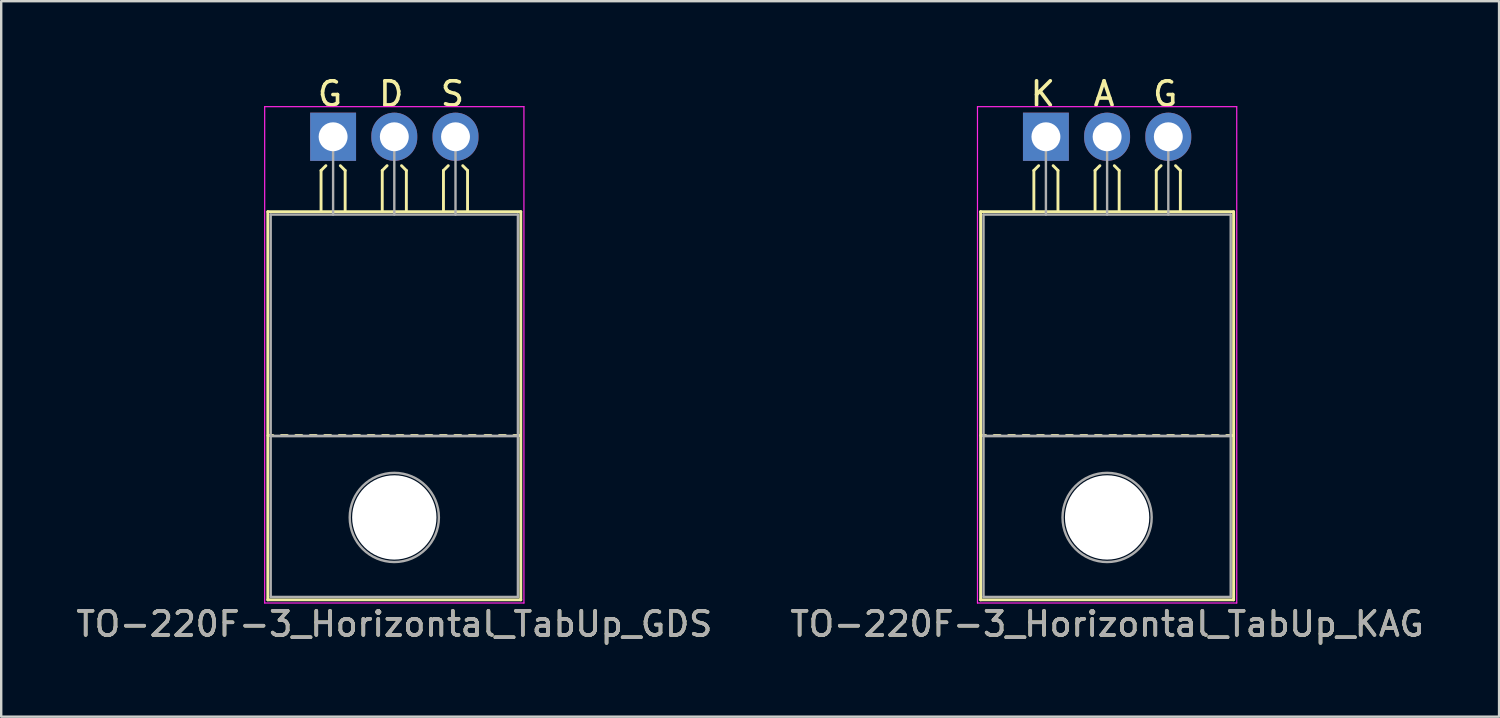
<source format=kicad_pcb>
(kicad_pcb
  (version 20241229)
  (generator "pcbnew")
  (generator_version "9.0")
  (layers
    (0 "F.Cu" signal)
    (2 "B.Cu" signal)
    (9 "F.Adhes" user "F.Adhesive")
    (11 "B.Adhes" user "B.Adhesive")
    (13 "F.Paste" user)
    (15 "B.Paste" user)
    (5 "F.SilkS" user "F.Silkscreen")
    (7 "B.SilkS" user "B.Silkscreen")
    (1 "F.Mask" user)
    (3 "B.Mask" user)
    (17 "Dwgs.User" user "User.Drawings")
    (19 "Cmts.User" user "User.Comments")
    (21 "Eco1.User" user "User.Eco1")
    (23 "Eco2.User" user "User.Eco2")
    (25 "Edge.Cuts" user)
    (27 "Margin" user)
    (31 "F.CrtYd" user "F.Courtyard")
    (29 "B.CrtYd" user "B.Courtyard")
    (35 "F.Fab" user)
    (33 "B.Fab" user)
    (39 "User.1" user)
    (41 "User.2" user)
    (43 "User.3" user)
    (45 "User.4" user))
  (footprint "TO-220F-3_Horizontal_TabUp_KAG"
    (layer "F.Cu")
    (at 40.359 2.626)
    (property "Reference" "TO-220F-3_Horizontal_TabUp_KAG" (at 2.54 20.22 0) (layer "F.SilkS") (effects (font (size 1 1) (thickness 0.15))))
    (attr through_hole)
    (fp_line (start -2.71 19.22) (end -2.71 3.11) (stroke (width 0.12) (type solid)) (layer "F.SilkS"))
    (fp_line (start -2.5 12.4) (end -2.7 12.4) (stroke (width 0.12) (type solid)) (layer "F.SilkS"))
    (fp_line (start -1.9 12.4) (end -2.15 12.4) (stroke (width 0.12) (type solid)) (layer "F.SilkS"))
    (fp_line (start -1.3 12.4) (end -1.55 12.4) (stroke (width 0.12) (type solid)) (layer "F.SilkS"))
    (fp_line (start -0.7 12.4) (end -0.95 12.4) (stroke (width 0.12) (type solid)) (layer "F.SilkS"))
    (fp_line (start -0.5 1.4) (end -0.3 1.2) (stroke (width 0.12) (type solid)) (layer "F.SilkS"))
    (fp_line (start -0.5 3.048) (end -0.5 1.4) (stroke (width 0.12) (type solid)) (layer "F.SilkS"))
    (fp_line (start -0.1 12.4) (end -0.35 12.4) (stroke (width 0.12) (type solid)) (layer "F.SilkS"))
    (fp_line (start 0.5 1.4) (end 0.3 1.2) (stroke (width 0.12) (type solid)) (layer "F.SilkS"))
    (fp_line (start 0.5 3.048) (end 0.5 1.4) (stroke (width 0.12) (type solid)) (layer "F.SilkS"))
    (fp_line (start 0.5 12.4) (end 0.25 12.4) (stroke (width 0.12) (type solid)) (layer "F.SilkS"))
    (fp_line (start 1.1 12.4) (end 0.85 12.4) (stroke (width 0.12) (type solid)) (layer "F.SilkS"))
    (fp_line (start 1.7 12.4) (end 1.45 12.4) (stroke (width 0.12) (type solid)) (layer "F.SilkS"))
    (fp_line (start 2.04 1.4) (end 2.24 1.2) (stroke (width 0.12) (type solid)) (layer "F.SilkS"))
    (fp_line (start 2.04 3.048) (end 2.04 1.4) (stroke (width 0.12) (type solid)) (layer "F.SilkS"))
    (fp_line (start 2.3 12.4) (end 2.05 12.4) (stroke (width 0.12) (type solid)) (layer "F.SilkS"))
    (fp_line (start 2.9 12.4) (end 2.65 12.4) (stroke (width 0.12) (type solid)) (layer "F.SilkS"))
    (fp_line (start 3.04 1.4) (end 2.84 1.2) (stroke (width 0.12) (type solid)) (layer "F.SilkS"))
    (fp_line (start 3.04 3.048) (end 3.04 1.4) (stroke (width 0.12) (type solid)) (layer "F.SilkS"))
    (fp_line (start 3.5 12.4) (end 3.25 12.4) (stroke (width 0.12) (type solid)) (layer "F.SilkS"))
    (fp_line (start 4.1 12.4) (end 3.85 12.4) (stroke (width 0.12) (type solid)) (layer "F.SilkS"))
    (fp_line (start 4.58 1.4) (end 4.78 1.2) (stroke (width 0.12) (type solid)) (layer "F.SilkS"))
    (fp_line (start 4.58 3.048) (end 4.58 1.4) (stroke (width 0.12) (type solid)) (layer "F.SilkS"))
    (fp_line (start 4.7 12.4) (end 4.45 12.4) (stroke (width 0.12) (type solid)) (layer "F.SilkS"))
    (fp_line (start 5.3 12.4) (end 5.05 12.4) (stroke (width 0.12) (type solid)) (layer "F.SilkS"))
    (fp_line (start 5.58 1.4) (end 5.38 1.2) (stroke (width 0.12) (type solid)) (layer "F.SilkS"))
    (fp_line (start 5.58 3.048) (end 5.58 1.4) (stroke (width 0.12) (type solid)) (layer "F.SilkS"))
    (fp_line (start 5.9 12.4) (end 5.65 12.4) (stroke (width 0.12) (type solid)) (layer "F.SilkS"))
    (fp_line (start 6.55 12.4) (end 6.3 12.4) (stroke (width 0.12) (type solid)) (layer "F.SilkS"))
    (fp_line (start 7.15 12.4) (end 6.9 12.4) (stroke (width 0.12) (type solid)) (layer "F.SilkS"))
    (fp_line (start 7.75 12.4) (end 7.5 12.4) (stroke (width 0.12) (type solid)) (layer "F.SilkS"))
    (fp_line (start 7.79 3.11) (end -2.71 3.11) (stroke (width 0.12) (type solid)) (layer "F.SilkS"))
    (fp_line (start 7.79 19.22) (end -2.71 19.22) (stroke (width 0.12) (type solid)) (layer "F.SilkS"))
    (fp_line (start 7.79 19.22) (end 7.79 3.11) (stroke (width 0.12) (type solid)) (layer "F.SilkS"))
    (fp_line (start -2.84 -1.25) (end -2.84 19.35) (stroke (width 0.05) (type solid)) (layer "F.CrtYd"))
    (fp_line (start -2.84 19.35) (end 7.92 19.35) (stroke (width 0.05) (type solid)) (layer "F.CrtYd"))
    (fp_line (start 7.92 -1.25) (end -2.84 -1.25) (stroke (width 0.05) (type solid)) (layer "F.CrtYd"))
    (fp_line (start 7.92 19.35) (end 7.92 -1.25) (stroke (width 0.05) (type solid)) (layer "F.CrtYd"))
    (fp_line (start -2.59 3.23) (end -2.59 12.42) (stroke (width 0.1) (type solid)) (layer "F.Fab"))
    (fp_line (start -2.59 12.42) (end -2.59 19.1) (stroke (width 0.1) (type solid)) (layer "F.Fab"))
    (fp_line (start -2.59 12.42) (end 7.67 12.42) (stroke (width 0.1) (type solid)) (layer "F.Fab"))
    (fp_line (start -2.59 19.1) (end 7.67 19.1) (stroke (width 0.1) (type solid)) (layer "F.Fab"))
    (fp_line (start 0 3.23) (end 0 0) (stroke (width 0.1) (type solid)) (layer "F.Fab"))
    (fp_line (start 2.54 3.23) (end 2.54 0) (stroke (width 0.1) (type solid)) (layer "F.Fab"))
    (fp_line (start 5.08 3.23) (end 5.08 0) (stroke (width 0.1) (type solid)) (layer "F.Fab"))
    (fp_line (start 7.67 3.23) (end -2.59 3.23) (stroke (width 0.1) (type solid)) (layer "F.Fab"))
    (fp_line (start 7.67 12.42) (end -2.59 12.42) (stroke (width 0.1) (type solid)) (layer "F.Fab"))
    (fp_line (start 7.67 12.42) (end 7.67 3.23) (stroke (width 0.1) (type solid)) (layer "F.Fab"))
    (fp_line (start 7.67 19.1) (end 7.67 12.42) (stroke (width 0.1) (type solid)) (layer "F.Fab"))
    (fp_circle (center 2.54 15.8) (end 4.39 15.8) (stroke (width 0.1) (type solid)) (fill no) (layer "F.Fab"))
    (fp_text user "G" (at 4.953 -1.778 0) (layer "F.SilkS") (effects (font (size 1 1) (thickness 0.15))))
    (fp_text user "K" (at -0.127 -1.778 0) (layer "F.SilkS") (effects (font (size 1 1) (thickness 0.15))))
    (fp_text user "A" (at 2.413 -1.778 0) (layer "F.SilkS") (effects (font (size 1 1) (thickness 0.15))))
    (fp_text user "${REFERENCE}" (at 2.54 20.22 0) (layer "F.Fab") (effects (font (size 1 1) (thickness 0.15))))
    (pad "" np_thru_hole oval (at 2.54 15.8) (size 3.5 3.5) (drill 3.5) (layers "*.Cu" "*.Mask"))
    (pad "1" thru_hole rect (at 0 0) (size 1.905 2) (drill 1.2) (layers "*.Cu" "*.Mask"))
    (pad "2" thru_hole oval (at 2.54 0) (size 1.905 2) (drill 1.2) (layers "*.Cu" "*.Mask"))
    (pad "3" thru_hole oval (at 5.08 0) (size 1.905 2) (drill 1.2) (layers "*.Cu" "*.Mask")))
  (footprint "TO-220F-3_Horizontal_TabUp_GDS"
    (layer "F.Cu")
    (at 10.775 2.626)
    (property "Reference" "TO-220F-3_Horizontal_TabUp_GDS" (at 2.54 20.22 0) (layer "F.SilkS") (effects (font (size 1 1) (thickness 0.15))))
    (attr through_hole)
    (fp_line (start -2.71 19.22) (end -2.71 3.11) (stroke (width 0.12) (type solid)) (layer "F.SilkS"))
    (fp_line (start -2.5 12.4) (end -2.7 12.4) (stroke (width 0.12) (type solid)) (layer "F.SilkS"))
    (fp_line (start -1.9 12.4) (end -2.15 12.4) (stroke (width 0.12) (type solid)) (layer "F.SilkS"))
    (fp_line (start -1.3 12.4) (end -1.55 12.4) (stroke (width 0.12) (type solid)) (layer "F.SilkS"))
    (fp_line (start -0.7 12.4) (end -0.95 12.4) (stroke (width 0.12) (type solid)) (layer "F.SilkS"))
    (fp_line (start -0.5 1.4) (end -0.3 1.2) (stroke (width 0.12) (type solid)) (layer "F.SilkS"))
    (fp_line (start -0.5 3.048) (end -0.5 1.4) (stroke (width 0.12) (type solid)) (layer "F.SilkS"))
    (fp_line (start -0.1 12.4) (end -0.35 12.4) (stroke (width 0.12) (type solid)) (layer "F.SilkS"))
    (fp_line (start 0.5 1.4) (end 0.3 1.2) (stroke (width 0.12) (type solid)) (layer "F.SilkS"))
    (fp_line (start 0.5 3.048) (end 0.5 1.4) (stroke (width 0.12) (type solid)) (layer "F.SilkS"))
    (fp_line (start 0.5 12.4) (end 0.25 12.4) (stroke (width 0.12) (type solid)) (layer "F.SilkS"))
    (fp_line (start 1.1 12.4) (end 0.85 12.4) (stroke (width 0.12) (type solid)) (layer "F.SilkS"))
    (fp_line (start 1.7 12.4) (end 1.45 12.4) (stroke (width 0.12) (type solid)) (layer "F.SilkS"))
    (fp_line (start 2.04 1.4) (end 2.24 1.2) (stroke (width 0.12) (type solid)) (layer "F.SilkS"))
    (fp_line (start 2.04 3.048) (end 2.04 1.4) (stroke (width 0.12) (type solid)) (layer "F.SilkS"))
    (fp_line (start 2.3 12.4) (end 2.05 12.4) (stroke (width 0.12) (type solid)) (layer "F.SilkS"))
    (fp_line (start 2.9 12.4) (end 2.65 12.4) (stroke (width 0.12) (type solid)) (layer "F.SilkS"))
    (fp_line (start 3.04 1.4) (end 2.84 1.2) (stroke (width 0.12) (type solid)) (layer "F.SilkS"))
    (fp_line (start 3.04 3.048) (end 3.04 1.4) (stroke (width 0.12) (type solid)) (layer "F.SilkS"))
    (fp_line (start 3.5 12.4) (end 3.25 12.4) (stroke (width 0.12) (type solid)) (layer "F.SilkS"))
    (fp_line (start 4.1 12.4) (end 3.85 12.4) (stroke (width 0.12) (type solid)) (layer "F.SilkS"))
    (fp_line (start 4.58 1.4) (end 4.78 1.2) (stroke (width 0.12) (type solid)) (layer "F.SilkS"))
    (fp_line (start 4.58 3.048) (end 4.58 1.4) (stroke (width 0.12) (type solid)) (layer "F.SilkS"))
    (fp_line (start 4.7 12.4) (end 4.45 12.4) (stroke (width 0.12) (type solid)) (layer "F.SilkS"))
    (fp_line (start 5.3 12.4) (end 5.05 12.4) (stroke (width 0.12) (type solid)) (layer "F.SilkS"))
    (fp_line (start 5.58 1.4) (end 5.38 1.2) (stroke (width 0.12) (type solid)) (layer "F.SilkS"))
    (fp_line (start 5.58 3.048) (end 5.58 1.4) (stroke (width 0.12) (type solid)) (layer "F.SilkS"))
    (fp_line (start 5.9 12.4) (end 5.65 12.4) (stroke (width 0.12) (type solid)) (layer "F.SilkS"))
    (fp_line (start 6.55 12.4) (end 6.3 12.4) (stroke (width 0.12) (type solid)) (layer "F.SilkS"))
    (fp_line (start 7.15 12.4) (end 6.9 12.4) (stroke (width 0.12) (type solid)) (layer "F.SilkS"))
    (fp_line (start 7.75 12.4) (end 7.5 12.4) (stroke (width 0.12) (type solid)) (layer "F.SilkS"))
    (fp_line (start 7.79 3.11) (end -2.71 3.11) (stroke (width 0.12) (type solid)) (layer "F.SilkS"))
    (fp_line (start 7.79 19.22) (end -2.71 19.22) (stroke (width 0.12) (type solid)) (layer "F.SilkS"))
    (fp_line (start 7.79 19.22) (end 7.79 3.11) (stroke (width 0.12) (type solid)) (layer "F.SilkS"))
    (fp_line (start -2.84 -1.25) (end -2.84 19.35) (stroke (width 0.05) (type solid)) (layer "F.CrtYd"))
    (fp_line (start -2.84 19.35) (end 7.92 19.35) (stroke (width 0.05) (type solid)) (layer "F.CrtYd"))
    (fp_line (start 7.92 -1.25) (end -2.84 -1.25) (stroke (width 0.05) (type solid)) (layer "F.CrtYd"))
    (fp_line (start 7.92 19.35) (end 7.92 -1.25) (stroke (width 0.05) (type solid)) (layer "F.CrtYd"))
    (fp_line (start -2.59 3.23) (end -2.59 12.42) (stroke (width 0.1) (type solid)) (layer "F.Fab"))
    (fp_line (start -2.59 12.42) (end -2.59 19.1) (stroke (width 0.1) (type solid)) (layer "F.Fab"))
    (fp_line (start -2.59 12.42) (end 7.67 12.42) (stroke (width 0.1) (type solid)) (layer "F.Fab"))
    (fp_line (start -2.59 19.1) (end 7.67 19.1) (stroke (width 0.1) (type solid)) (layer "F.Fab"))
    (fp_line (start 0 3.23) (end 0 0) (stroke (width 0.1) (type solid)) (layer "F.Fab"))
    (fp_line (start 2.54 3.23) (end 2.54 0) (stroke (width 0.1) (type solid)) (layer "F.Fab"))
    (fp_line (start 5.08 3.23) (end 5.08 0) (stroke (width 0.1) (type solid)) (layer "F.Fab"))
    (fp_line (start 7.67 3.23) (end -2.59 3.23) (stroke (width 0.1) (type solid)) (layer "F.Fab"))
    (fp_line (start 7.67 12.42) (end -2.59 12.42) (stroke (width 0.1) (type solid)) (layer "F.Fab"))
    (fp_line (start 7.67 12.42) (end 7.67 3.23) (stroke (width 0.1) (type solid)) (layer "F.Fab"))
    (fp_line (start 7.67 19.1) (end 7.67 12.42) (stroke (width 0.1) (type solid)) (layer "F.Fab"))
    (fp_circle (center 2.54 15.8) (end 4.39 15.8) (stroke (width 0.1) (type solid)) (fill no) (layer "F.Fab"))
    (fp_text user "G" (at -0.127 -1.778 0) (layer "F.SilkS") (effects (font (size 1 1) (thickness 0.15))))
    (fp_text user "S" (at 4.953 -1.778 0) (layer "F.SilkS") (effects (font (size 1 1) (thickness 0.15))))
    (fp_text user "D" (at 2.413 -1.778 0) (layer "F.SilkS") (effects (font (size 1 1) (thickness 0.15))))
    (fp_text user "${REFERENCE}" (at 2.54 20.22 0) (layer "F.Fab") (effects (font (size 1 1) (thickness 0.15))))
    (pad "" np_thru_hole oval (at 2.54 15.8) (size 3.5 3.5) (drill 3.5) (layers "*.Cu" "*.Mask"))
    (pad "1" thru_hole rect (at 0 0) (size 1.905 2) (drill 1.2) (layers "*.Cu" "*.Mask"))
    (pad "2" thru_hole oval (at 2.54 0) (size 1.905 2) (drill 1.2) (layers "*.Cu" "*.Mask"))
    (pad "3" thru_hole oval (at 5.08 0) (size 1.905 2) (drill 1.2) (layers "*.Cu" "*.Mask")))
  (gr_rect
    (start -3 -3)
    (end 59.167 26.695)
    (stroke (width 0.1) (type default))
    (fill no)
    (layer "Edge.Cuts")))
</source>
